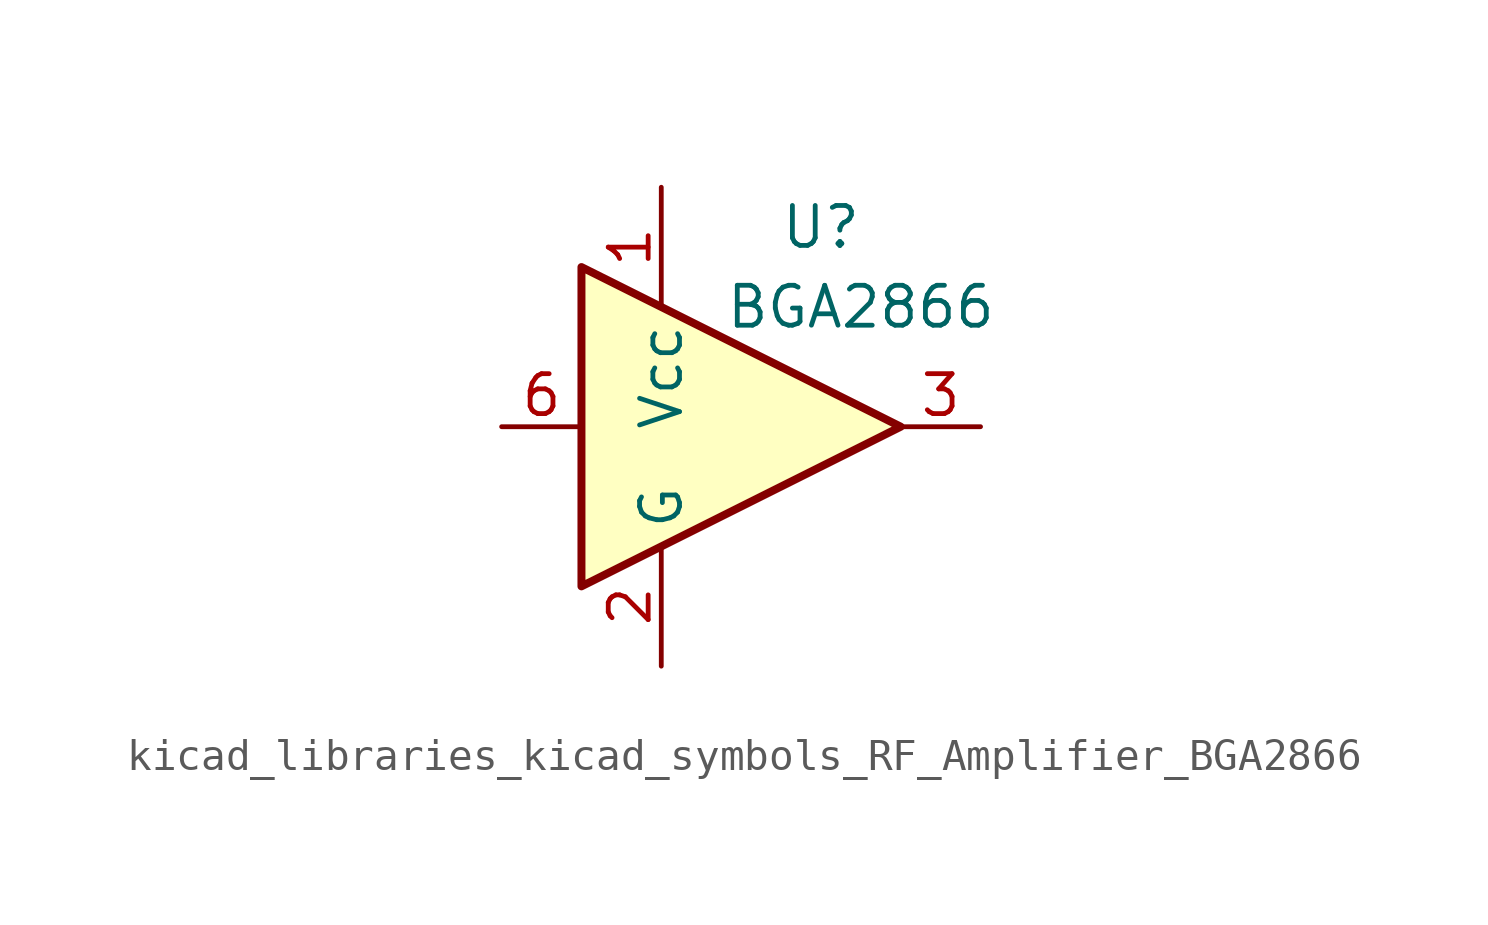
<source format=kicad_sym>
(kicad_symbol_lib
  (version 20220914)
  (generator kicad_symbol_editor)
  (symbol "kicad_libraries_kicad_symbols_RF_Amplifier_BGA2866"
    (property "Reference" "U"
      (at 2.54 6.35 0)
      (effects (font (size 1.27 1.27))))
    (property "Value" "BGA2866"
      (at 3.81 3.81 0)
      (effects (font (size 1.27 1.27))))
    (symbol "kicad_libraries_kicad_symbols_RF_Amplifier_BGA2866_0_1"
      (polyline (pts (xy 5.08 0) (xy -5.08 5.08) (xy -5.08 -5.08) (xy 5.08 0)) (stroke (width 0.254) (type default)) (fill (type background))))
    (symbol "kicad_libraries_kicad_symbols_RF_Amplifier_BGA2866_1_1"
      (pin power_in line (at -2.54 7.62 270) (length 3.81) (name "Vcc" (effects (font (size 1.27 1.27)))) (number "1" (effects (font (size 1.27 1.27)))))
      (pin power_in line (at -2.54 -7.62 90) (length 3.81) (name "G" (effects (font (size 1.27 1.27)))) (number "2" (effects (font (size 1.27 1.27)))))
      (pin output line (at 7.62 0 180) (length 2.54) (name "~" (effects (font (size 1.27 1.27)))) (number "3" (effects (font (size 1.27 1.27)))))
      (pin passive line (at -2.54 -7.62 90) (length 3.81) hide (name "G" (effects (font (size 1.27 1.27)))) (number "4" (effects (font (size 1.27 1.27)))))
      (pin passive line (at -2.54 -7.62 90) (length 3.81) hide (name "G" (effects (font (size 1.27 1.27)))) (number "5" (effects (font (size 1.27 1.27)))))
      (pin input line (at -7.62 0 0) (length 2.54) (name "~" (effects (font (size 1.27 1.27)))) (number "6" (effects (font (size 1.27 1.27))))))))
</source>
